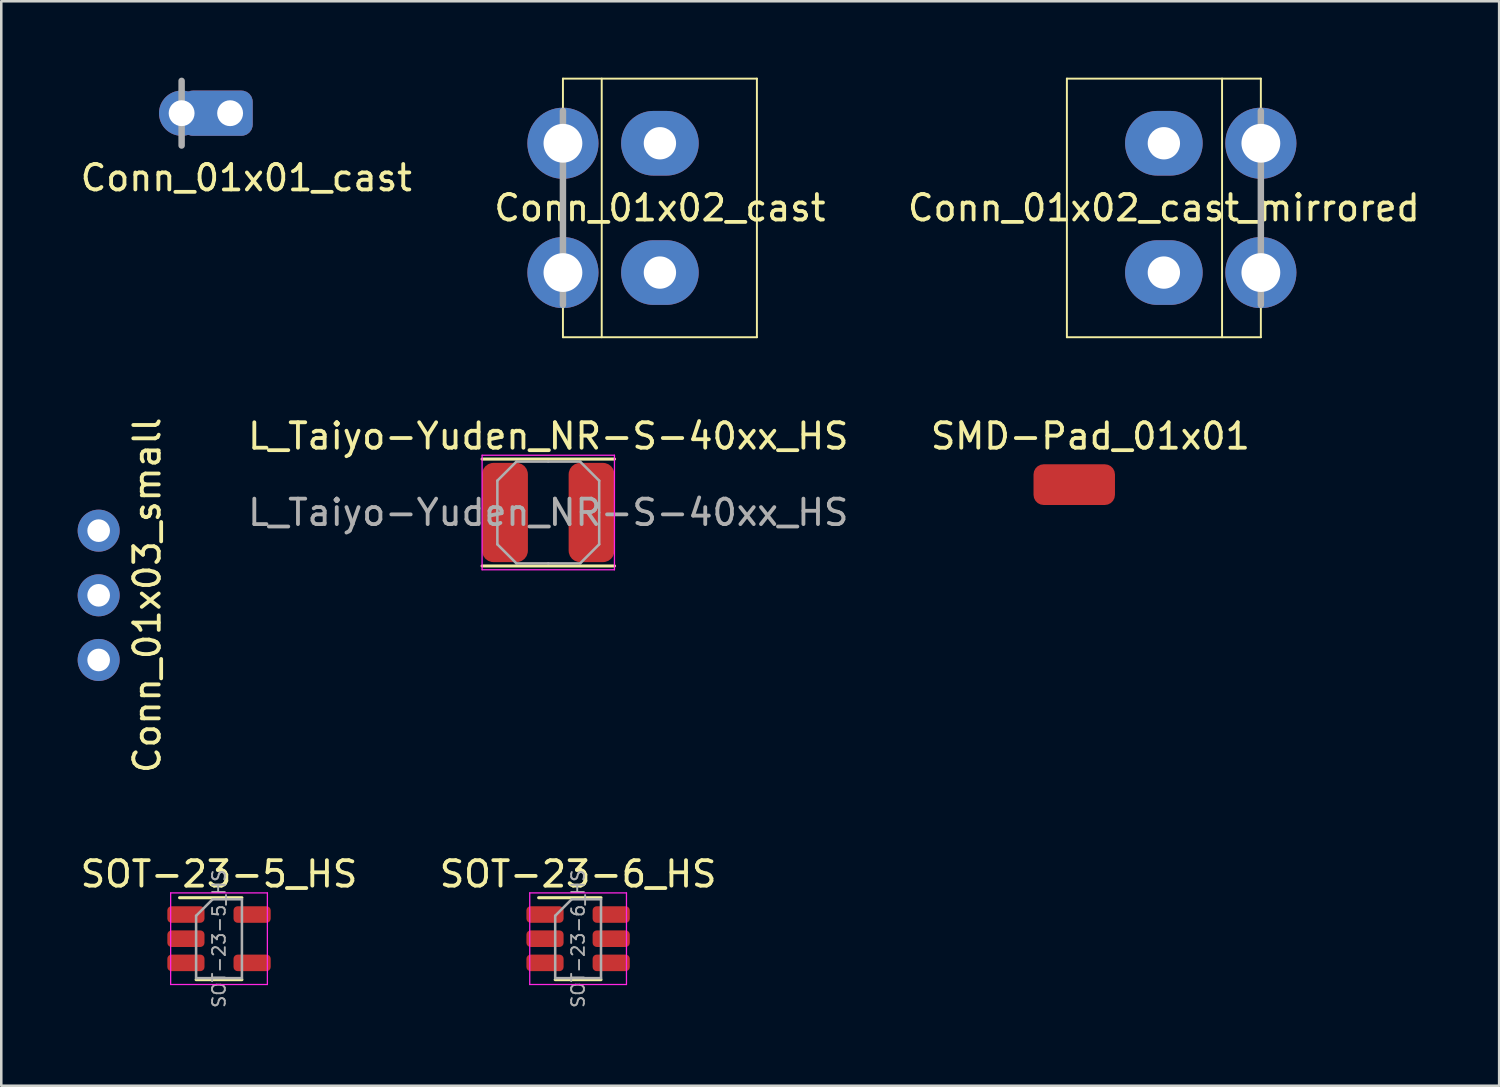
<source format=kicad_pcb>
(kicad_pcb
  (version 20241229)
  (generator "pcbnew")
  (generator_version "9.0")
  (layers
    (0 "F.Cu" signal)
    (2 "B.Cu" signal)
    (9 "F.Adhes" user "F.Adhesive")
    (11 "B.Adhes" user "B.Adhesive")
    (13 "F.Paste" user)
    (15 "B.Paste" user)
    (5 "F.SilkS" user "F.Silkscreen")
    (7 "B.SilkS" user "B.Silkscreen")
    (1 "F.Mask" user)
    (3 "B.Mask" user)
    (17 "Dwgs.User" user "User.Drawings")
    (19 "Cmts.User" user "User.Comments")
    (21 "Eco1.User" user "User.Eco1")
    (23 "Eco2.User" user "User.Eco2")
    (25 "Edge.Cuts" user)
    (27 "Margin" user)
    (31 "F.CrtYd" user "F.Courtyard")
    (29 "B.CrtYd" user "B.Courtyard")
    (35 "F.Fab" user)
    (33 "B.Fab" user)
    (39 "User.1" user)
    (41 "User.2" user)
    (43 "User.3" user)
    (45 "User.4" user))
  (footprint "SOT-23-6_HS"
    (layer "F.Cu")
    (at 19.661 33.827)
    (property "Reference" "SOT-23-6_HS" (at 0 -2.54 0) (layer "F.SilkS") (effects (font (size 1 1) (thickness 0.15))))
    (attr smd)
    (fp_line (start -0.9 1.61) (end 0.9 1.61) (stroke (width 0.12) (type solid)) (layer "F.SilkS"))
    (fp_line (start 0.9 -1.61) (end -1.55 -1.61) (stroke (width 0.12) (type solid)) (layer "F.SilkS"))
    (fp_line (start -1.9 -1.8) (end -1.9 1.8) (stroke (width 0.05) (type solid)) (layer "F.CrtYd"))
    (fp_line (start -1.9 1.8) (end 1.9 1.8) (stroke (width 0.05) (type solid)) (layer "F.CrtYd"))
    (fp_line (start 1.9 -1.8) (end -1.9 -1.8) (stroke (width 0.05) (type solid)) (layer "F.CrtYd"))
    (fp_line (start 1.9 1.8) (end 1.9 -1.8) (stroke (width 0.05) (type solid)) (layer "F.CrtYd"))
    (fp_line (start -0.9 -0.9) (end -0.9 1.55) (stroke (width 0.1) (type solid)) (layer "F.Fab"))
    (fp_line (start -0.9 -0.9) (end -0.25 -1.55) (stroke (width 0.1) (type solid)) (layer "F.Fab"))
    (fp_line (start 0.9 -1.55) (end -0.25 -1.55) (stroke (width 0.1) (type solid)) (layer "F.Fab"))
    (fp_line (start 0.9 -1.55) (end 0.9 1.55) (stroke (width 0.1) (type solid)) (layer "F.Fab"))
    (fp_line (start 0.9 1.55) (end -0.9 1.55) (stroke (width 0.1) (type solid)) (layer "F.Fab"))
    (fp_text user "${REFERENCE}" (at 0 0 90) (layer "F.Fab") (effects (font (size 0.5 0.5) (thickness 0.075))))
    (pad "1" smd roundrect (at -1.3 -0.95) (size 1.46 0.65) (layers "F.Cu" "F.Mask" "F.Paste") (roundrect_rratio 0.25))
    (pad "2" smd roundrect (at -1.3 0) (size 1.46 0.65) (layers "F.Cu" "F.Mask" "F.Paste") (roundrect_rratio 0.25))
    (pad "3" smd roundrect (at -1.3 0.95) (size 1.46 0.65) (layers "F.Cu" "F.Mask" "F.Paste") (roundrect_rratio 0.25))
    (pad "4" smd roundrect (at 1.3 0.95) (size 1.46 0.65) (layers "F.Cu" "F.Mask" "F.Paste") (roundrect_rratio 0.25))
    (pad "5" smd roundrect (at 1.3 0) (size 1.46 0.65) (layers "F.Cu" "F.Mask" "F.Paste") (roundrect_rratio 0.25))
    (pad "6" smd roundrect (at 1.3 -0.95) (size 1.46 0.65) (layers "F.Cu" "F.Mask" "F.Paste") (roundrect_rratio 0.25)))
  (footprint "Conn_01x02_cast"
    (layer "F.Cu")
    (at 19.065 5.118)
    (property "Reference" "Conn_01x02_cast" (at 3.81 0 0) (layer "F.SilkS") (effects (font (size 1 1) (thickness 0.15))))
    (attr through_hole)
    (fp_line (start 0 -5.08) (end 7.62 -5.08) (stroke (width 0.076) (type solid)) (layer "F.SilkS"))
    (fp_line (start 0 5.08) (end 0 -5.08) (stroke (width 0.076) (type solid)) (layer "F.SilkS"))
    (fp_line (start 1.524 -5.08) (end 1.524 5.08) (stroke (width 0.076) (type solid)) (layer "F.SilkS"))
    (fp_line (start 7.62 -5.08) (end 7.62 5.08) (stroke (width 0.076) (type solid)) (layer "F.SilkS"))
    (fp_line (start 7.62 5.08) (end 0 5.08) (stroke (width 0.076) (type solid)) (layer "F.SilkS"))
    (fp_line (start 0 -3.81) (end 0 3.81) (stroke (width 0.254) (type solid)) (layer "F.Fab"))
    (pad "1" thru_hole circle (at 0 -2.54) (size 2.794 2.794) (drill 1.524) (layers "*.Cu" "*.Mask"))
    (pad "1" thru_hole oval (at 3.81 -2.54) (size 3.048 2.54) (drill 1.27) (layers "*.Cu" "*.Mask"))
    (pad "2" thru_hole circle (at 0 2.54) (size 2.794 2.794) (drill 1.524) (layers "*.Cu" "*.Mask"))
    (pad "2" thru_hole oval (at 3.81 2.54) (size 3.048 2.54) (drill 1.27) (layers "*.Cu" "*.Mask")))
  (footprint "SOT-23-5_HS"
    (layer "F.Cu")
    (at 5.554 33.827)
    (property "Reference" "SOT-23-5_HS" (at 0 -2.54 0) (layer "F.SilkS") (effects (font (size 1 1) (thickness 0.15))))
    (attr smd)
    (fp_line (start -0.9 1.61) (end 0.9 1.61) (stroke (width 0.12) (type solid)) (layer "F.SilkS"))
    (fp_line (start 0.9 -1.61) (end -1.55 -1.61) (stroke (width 0.12) (type solid)) (layer "F.SilkS"))
    (fp_line (start -1.9 -1.8) (end -1.9 1.8) (stroke (width 0.05) (type solid)) (layer "F.CrtYd"))
    (fp_line (start -1.9 1.8) (end 1.9 1.8) (stroke (width 0.05) (type solid)) (layer "F.CrtYd"))
    (fp_line (start 1.9 -1.8) (end -1.9 -1.8) (stroke (width 0.05) (type solid)) (layer "F.CrtYd"))
    (fp_line (start 1.9 1.8) (end 1.9 -1.8) (stroke (width 0.05) (type solid)) (layer "F.CrtYd"))
    (fp_line (start -0.9 -0.9) (end -0.9 1.55) (stroke (width 0.1) (type solid)) (layer "F.Fab"))
    (fp_line (start -0.9 -0.9) (end -0.25 -1.55) (stroke (width 0.1) (type solid)) (layer "F.Fab"))
    (fp_line (start 0.9 -1.55) (end -0.25 -1.55) (stroke (width 0.1) (type solid)) (layer "F.Fab"))
    (fp_line (start 0.9 -1.55) (end 0.9 1.55) (stroke (width 0.1) (type solid)) (layer "F.Fab"))
    (fp_line (start 0.9 1.55) (end -0.9 1.55) (stroke (width 0.1) (type solid)) (layer "F.Fab"))
    (fp_text user "${REFERENCE}" (at 0 0 90) (layer "F.Fab") (effects (font (size 0.5 0.5) (thickness 0.075))))
    (pad "1" smd roundrect (at -1.3 -0.95) (size 1.46 0.65) (layers "F.Cu" "F.Mask" "F.Paste") (roundrect_rratio 0.25))
    (pad "2" smd roundrect (at -1.3 0) (size 1.46 0.65) (layers "F.Cu" "F.Mask" "F.Paste") (roundrect_rratio 0.25))
    (pad "3" smd roundrect (at -1.3 0.95) (size 1.46 0.65) (layers "F.Cu" "F.Mask" "F.Paste") (roundrect_rratio 0.25))
    (pad "4" smd roundrect (at 1.3 0.95) (size 1.46 0.65) (layers "F.Cu" "F.Mask" "F.Paste") (roundrect_rratio 0.25))
    (pad "5" smd roundrect (at 1.3 -0.95) (size 1.46 0.65) (layers "F.Cu" "F.Mask" "F.Paste") (roundrect_rratio 0.25)))
  (footprint "Conn_01x02_cast_mirrored"
    (layer "F.Cu")
    (at 46.483 5.118)
    (property "Reference" "Conn_01x02_cast_mirrored" (at -3.81 0 0) (layer "F.SilkS") (effects (font (size 1 1) (thickness 0.15))))
    (attr through_hole)
    (fp_line (start -7.62 -5.08) (end -7.62 5.08) (stroke (width 0.076) (type solid)) (layer "F.SilkS"))
    (fp_line (start -7.62 -5.08) (end 0 -5.08) (stroke (width 0.076) (type solid)) (layer "F.SilkS"))
    (fp_line (start -1.524 -5.08) (end -1.524 5.08) (stroke (width 0.076) (type solid)) (layer "F.SilkS"))
    (fp_line (start 0 -5.08) (end 0 5.08) (stroke (width 0.076) (type solid)) (layer "F.SilkS"))
    (fp_line (start 0 5.08) (end -7.62 5.08) (stroke (width 0.076) (type solid)) (layer "F.SilkS"))
    (fp_line (start 0 -3.81) (end 0 3.81) (stroke (width 0.254) (type solid)) (layer "F.Fab"))
    (pad "1" thru_hole oval (at -3.81 -2.54) (size 3.048 2.54) (drill 1.27) (layers "*.Cu" "*.Mask"))
    (pad "1" thru_hole circle (at 0 -2.54) (size 2.794 2.794) (drill 1.524) (layers "*.Cu" "*.Mask"))
    (pad "2" thru_hole oval (at -3.81 2.54) (size 3.048 2.54) (drill 1.27) (layers "*.Cu" "*.Mask"))
    (pad "2" thru_hole circle (at 0 2.54) (size 2.794 2.794) (drill 1.524) (layers "*.Cu" "*.Mask")))
  (footprint "Conn_01x03_small"
    (layer "F.Cu")
    (at 0.826 20.337)
    (property "Reference" "Conn_01x03_small" (at 1.905 0 90) (layer "F.SilkS") (effects (font (size 1 1) (thickness 0.15))))
    (attr through_hole)
    (pad "1" thru_hole circle (at 0 -2.54) (size 1.651 1.651) (drill 0.889) (layers "*.Cu" "*.Mask"))
    (pad "1" thru_hole circle (at 0 0) (size 1.651 1.651) (drill 0.889) (layers "*.Cu" "*.Mask"))
    (pad "3" thru_hole circle (at 0 2.54) (size 1.651 1.651) (drill 0.889) (layers "*.Cu" "*.Mask")))
  (footprint "Conn_01x01_cast"
    (layer "F.Cu")
    (at 4.085 1.397)
    (property "Reference" "Conn_01x01_cast" (at 2.54 2.54 0) (layer "F.SilkS") (effects (font (size 1 1) (thickness 0.15))))
    (attr through_hole)
    (fp_line (start 0 -1.27) (end 0 1.27) (stroke (width 0.254) (type solid)) (layer "F.Fab"))
    (pad "1" thru_hole circle (at 0 0) (size 1.778 1.778) (drill 1.016) (layers "*.Cu" "*.Mask"))
    (pad "1" thru_hole roundrect (at 1.905 0) (size 2.794 1.778) (drill 1.016 (offset -0.508 0)) (layers "*.Cu" "*.Mask") (roundrect_rratio 0.25)))
  (footprint "L_Taiyo-Yuden_NR-S-40xx_HS"
    (layer "F.Cu")
    (at 18.489 17.084)
    (property "Reference" "L_Taiyo-Yuden_NR-S-40xx_HS" (at 0 -3 0) (layer "F.SilkS") (effects (font (size 1 1) (thickness 0.15))))
    (attr smd)
    (fp_line (start -2.6 -2.1) (end 2.6 -2.1) (stroke (width 0.12) (type solid)) (layer "F.SilkS"))
    (fp_line (start -2.6 2.1) (end 2.6 2.1) (stroke (width 0.12) (type solid)) (layer "F.SilkS"))
    (fp_line (start -2.6 -2.25) (end -2.6 2.25) (stroke (width 0.05) (type solid)) (layer "F.CrtYd"))
    (fp_line (start -2.6 2.25) (end 2.6 2.25) (stroke (width 0.05) (type solid)) (layer "F.CrtYd"))
    (fp_line (start 2.6 -2.25) (end -2.6 -2.25) (stroke (width 0.05) (type solid)) (layer "F.CrtYd"))
    (fp_line (start 2.6 2.25) (end 2.6 -2.25) (stroke (width 0.05) (type solid)) (layer "F.CrtYd"))
    (fp_line (start -2 -1.25) (end -1.25 -2) (stroke (width 0.1) (type solid)) (layer "F.Fab"))
    (fp_line (start -2 0) (end -2 -1.25) (stroke (width 0.1) (type solid)) (layer "F.Fab"))
    (fp_line (start -2 0) (end -2 1.25) (stroke (width 0.1) (type solid)) (layer "F.Fab"))
    (fp_line (start -2 1.25) (end -1.25 2) (stroke (width 0.1) (type solid)) (layer "F.Fab"))
    (fp_line (start -1.25 -2) (end 0 -2) (stroke (width 0.1) (type solid)) (layer "F.Fab"))
    (fp_line (start -1.25 2) (end 0 2) (stroke (width 0.1) (type solid)) (layer "F.Fab"))
    (fp_line (start 1.25 -2) (end 0 -2) (stroke (width 0.1) (type solid)) (layer "F.Fab"))
    (fp_line (start 1.25 2) (end 0 2) (stroke (width 0.1) (type solid)) (layer "F.Fab"))
    (fp_line (start 2 -1.25) (end 1.25 -2) (stroke (width 0.1) (type solid)) (layer "F.Fab"))
    (fp_line (start 2 0) (end 2 -1.25) (stroke (width 0.1) (type solid)) (layer "F.Fab"))
    (fp_line (start 2 0) (end 2 1.25) (stroke (width 0.1) (type solid)) (layer "F.Fab"))
    (fp_line (start 2 1.25) (end 1.25 2) (stroke (width 0.1) (type solid)) (layer "F.Fab"))
    (fp_text user "${REFERENCE}" (at 0 0 0) (layer "F.Fab") (effects (font (size 1 1) (thickness 0.15))))
    (pad "1" smd roundrect (at -1.7 0) (size 1.8 3.9) (layers "F.Cu" "F.Mask" "F.Paste") (roundrect_rratio 0.25))
    (pad "2" smd roundrect (at 1.7 0) (size 1.8 3.9) (layers "F.Cu" "F.Mask" "F.Paste") (roundrect_rratio 0.25)))
  (footprint "SMD-Pad_01x01"
    (layer "F.Cu")
    (at 39.152 15.989)
    (property "Reference" "SMD-Pad_01x01" (at 0.635 -1.905 0) (layer "F.SilkS") (effects (font (size 1 1) (thickness 0.15))))
    (attr through_hole)
    (pad "1" connect roundrect (at 0 0) (size 3.2 1.6) (layers "F.Cu" "F.Mask") (roundrect_rratio 0.25)))
  (gr_rect
    (start -3 -3)
    (end 55.845 39.604)
    (stroke (width 0.1) (type default))
    (fill no)
    (layer "Edge.Cuts")))
</source>
